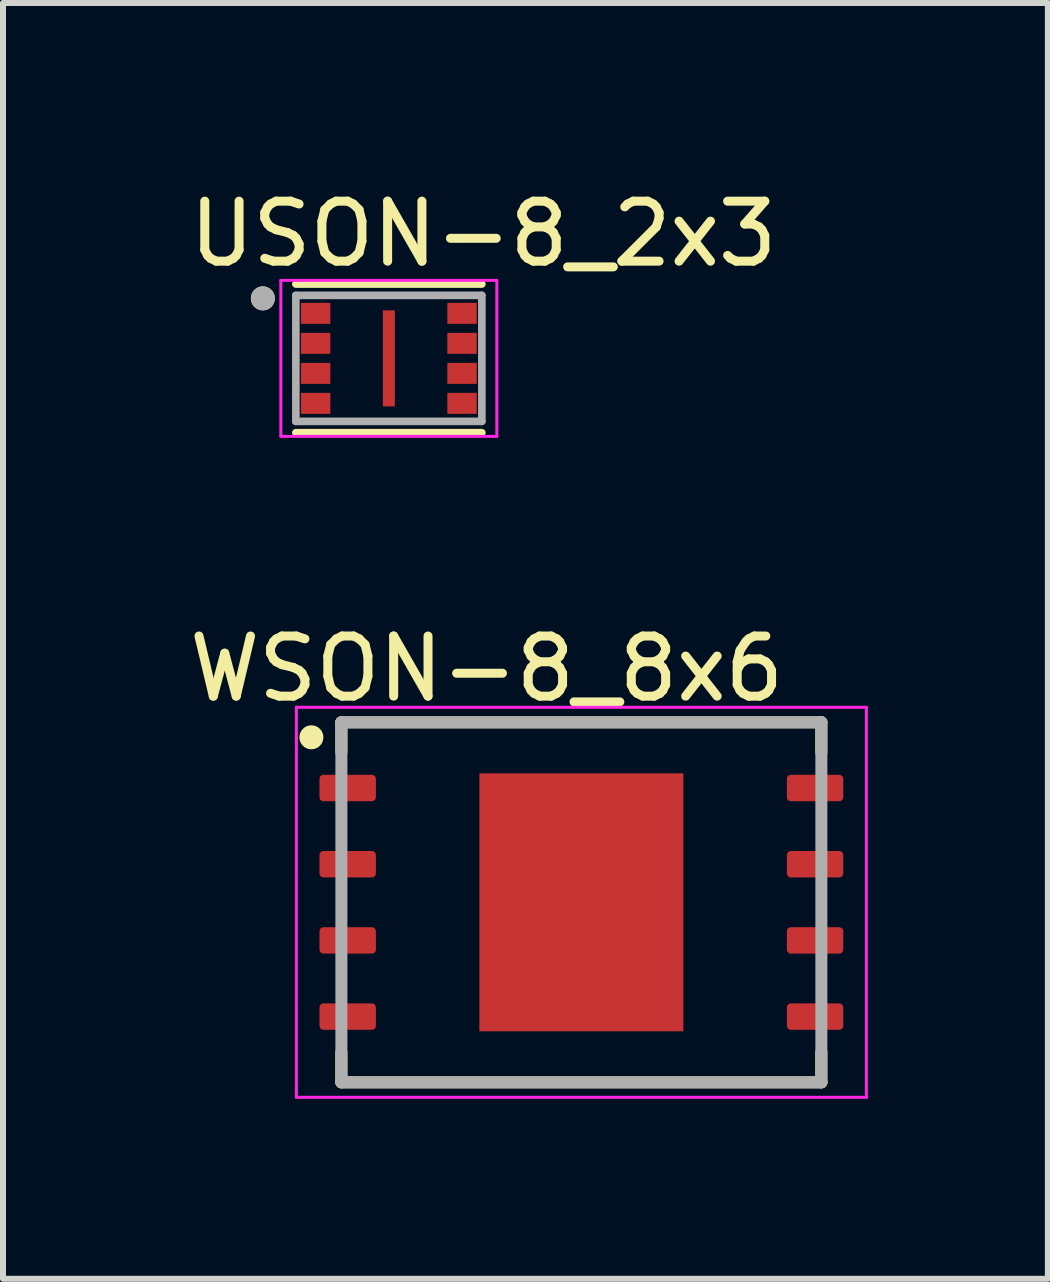
<source format=kicad_pcb>
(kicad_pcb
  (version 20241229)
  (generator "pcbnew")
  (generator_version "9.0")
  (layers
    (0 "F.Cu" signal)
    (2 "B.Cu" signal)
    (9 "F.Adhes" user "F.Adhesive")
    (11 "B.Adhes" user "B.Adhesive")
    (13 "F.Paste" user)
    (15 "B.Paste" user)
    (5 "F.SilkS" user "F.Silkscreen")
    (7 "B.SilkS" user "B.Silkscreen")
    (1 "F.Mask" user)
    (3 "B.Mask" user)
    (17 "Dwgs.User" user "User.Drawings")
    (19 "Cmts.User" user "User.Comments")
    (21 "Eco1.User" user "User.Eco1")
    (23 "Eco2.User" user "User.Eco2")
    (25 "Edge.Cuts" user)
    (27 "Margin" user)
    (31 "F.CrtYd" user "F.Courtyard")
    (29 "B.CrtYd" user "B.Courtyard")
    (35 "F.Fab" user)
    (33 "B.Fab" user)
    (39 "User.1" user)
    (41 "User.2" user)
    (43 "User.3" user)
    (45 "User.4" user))
  (footprint "USON-8_2x3"
    (layer "F.Cu")
    (at 3.431 2.923)
    (property "Reference" "USON-8_2x3" (at 1.575 -2.075 0) (layer "F.SilkS") (effects (font (size 1 1) (thickness 0.15))))
    (attr through_hole)
    (fp_line (start -1.55 -1.239) (end 1.55 -1.239) (stroke (width 0.127) (type solid)) (layer "F.SilkS"))
    (fp_line (start -1.55 1.239) (end 1.55 1.239) (stroke (width 0.127) (type solid)) (layer "F.SilkS"))
    (fp_circle (center -2.1 -1) (end -2 -1) (stroke (width 0.2) (type solid)) (fill no) (layer "F.SilkS"))
    (fp_line (start -1.8 -1.3) (end 1.8 -1.3) (stroke (width 0.05) (type solid)) (layer "F.CrtYd"))
    (fp_line (start -1.8 1.3) (end -1.8 -1.3) (stroke (width 0.05) (type solid)) (layer "F.CrtYd"))
    (fp_line (start 1.8 -1.3) (end 1.8 1.3) (stroke (width 0.05) (type solid)) (layer "F.CrtYd"))
    (fp_line (start 1.8 1.3) (end -1.8 1.3) (stroke (width 0.05) (type solid)) (layer "F.CrtYd"))
    (fp_line (start -1.55 -1.05) (end 1.55 -1.05) (stroke (width 0.127) (type solid)) (layer "F.Fab"))
    (fp_line (start -1.55 1.05) (end -1.55 -1.05) (stroke (width 0.127) (type solid)) (layer "F.Fab"))
    (fp_line (start 1.55 -1.05) (end 1.55 1.05) (stroke (width 0.127) (type solid)) (layer "F.Fab"))
    (fp_line (start 1.55 1.05) (end -1.55 1.05) (stroke (width 0.127) (type solid)) (layer "F.Fab"))
    (fp_circle (center -2.1 -1) (end -2 -1) (stroke (width 0.2) (type solid)) (fill no) (layer "F.Fab"))
    (pad "1" smd rect (at -1.22 -0.75) (size 0.49 0.35) (layers "F.Cu" "F.Mask" "F.Paste"))
    (pad "2" smd rect (at -1.22 -0.25) (size 0.49 0.35) (layers "F.Cu" "F.Mask" "F.Paste"))
    (pad "3" smd rect (at -1.22 0.25) (size 0.49 0.35) (layers "F.Cu" "F.Mask" "F.Paste"))
    (pad "4" smd rect (at -1.22 0.75) (size 0.49 0.35) (layers "F.Cu" "F.Mask" "F.Paste"))
    (pad "5" smd rect (at 1.22 0.75 180) (size 0.49 0.35) (layers "F.Cu" "F.Mask" "F.Paste"))
    (pad "6" smd rect (at 1.22 0.25 180) (size 0.49 0.35) (layers "F.Cu" "F.Mask" "F.Paste"))
    (pad "7" smd rect (at 1.22 -0.25 180) (size 0.49 0.35) (layers "F.Cu" "F.Mask" "F.Paste"))
    (pad "8" smd rect (at 1.22 -0.75 180) (size 0.49 0.35) (layers "F.Cu" "F.Mask" "F.Paste"))
    (pad "9" smd rect (at 0 0) (size 0.2 1.6) (layers "F.Cu" "F.Mask" "F.Paste")))
  (footprint "WSON-8_8x6"
    (layer "F.Cu")
    (at 6.64 11.989)
    (property "Reference" "WSON-8_8x6" (at -1.578 -3.892 0) (layer "F.SilkS") (effects (font (size 1.002 1.002) (thickness 0.15))))
    (attr through_hole)
    (fp_line (start -4 -3) (end 4 -3) (stroke (width 0.2) (type solid)) (layer "F.SilkS"))
    (fp_line (start -4 -2.5) (end -4 -3) (stroke (width 0.2) (type solid)) (layer "F.SilkS"))
    (fp_line (start -4 2.5) (end -4 3) (stroke (width 0.2) (type solid)) (layer "F.SilkS"))
    (fp_line (start -4 3) (end 4 3) (stroke (width 0.2) (type solid)) (layer "F.SilkS"))
    (fp_line (start 4 -3) (end 4 -2.5) (stroke (width 0.2) (type solid)) (layer "F.SilkS"))
    (fp_line (start 4 3) (end 4 2.5) (stroke (width 0.2) (type solid)) (layer "F.SilkS"))
    (fp_circle (center -4.5 -2.75) (end -4.4 -2.75) (stroke (width 0.2) (type solid)) (fill no) (layer "F.SilkS"))
    (fp_poly (pts (xy -1.076 -1.35) (xy 1.075 -1.35) (xy 1.075 1.351) (xy -1.076 1.351)) (stroke (width 0.01) (type solid)) (fill yes) (layer "F.Paste"))
    (fp_line (start -4.75 -3.25) (end 4.75 -3.25) (stroke (width 0.05) (type solid)) (layer "F.CrtYd"))
    (fp_line (start -4.75 3.25) (end -4.75 -3.25) (stroke (width 0.05) (type solid)) (layer "F.CrtYd"))
    (fp_line (start 4.75 -3.25) (end 4.75 3.25) (stroke (width 0.05) (type solid)) (layer "F.CrtYd"))
    (fp_line (start 4.75 3.25) (end -4.75 3.25) (stroke (width 0.05) (type solid)) (layer "F.CrtYd"))
    (fp_line (start -4 -3) (end 4 -3) (stroke (width 0.2) (type solid)) (layer "F.Fab"))
    (fp_line (start -4 3) (end -4 -3) (stroke (width 0.2) (type solid)) (layer "F.Fab"))
    (fp_line (start 4 -3) (end 4 3) (stroke (width 0.2) (type solid)) (layer "F.Fab"))
    (fp_line (start 4 3) (end -4 3) (stroke (width 0.2) (type solid)) (layer "F.Fab"))
    (pad "1" smd roundrect (at -3.895 -1.905) (size 0.94 0.44) (layers "F.Cu" "F.Mask" "F.Paste") (roundrect_rratio 0.15))
    (pad "2" smd roundrect (at -3.895 -0.635) (size 0.94 0.44) (layers "F.Cu" "F.Mask" "F.Paste") (roundrect_rratio 0.15))
    (pad "3" smd roundrect (at -3.895 0.635) (size 0.94 0.44) (layers "F.Cu" "F.Mask" "F.Paste") (roundrect_rratio 0.15))
    (pad "4" smd roundrect (at -3.895 1.905) (size 0.94 0.44) (layers "F.Cu" "F.Mask" "F.Paste") (roundrect_rratio 0.15))
    (pad "5" smd roundrect (at 3.895 1.905) (size 0.94 0.44) (layers "F.Cu" "F.Mask" "F.Paste") (roundrect_rratio 0.15))
    (pad "6" smd roundrect (at 3.895 0.635) (size 0.94 0.44) (layers "F.Cu" "F.Mask" "F.Paste") (roundrect_rratio 0.15))
    (pad "7" smd roundrect (at 3.895 -0.635) (size 0.94 0.44) (layers "F.Cu" "F.Mask" "F.Paste") (roundrect_rratio 0.15))
    (pad "8" smd roundrect (at 3.895 -1.905) (size 0.94 0.44) (layers "F.Cu" "F.Mask" "F.Paste") (roundrect_rratio 0.15))
    (pad "9" smd rect (at 0 0) (size 3.4 4.3) (layers "F.Cu" "F.Mask")))
  (gr_rect
    (start -3 -3)
    (end 14.415 18.264)
    (stroke (width 0.1) (type default))
    (fill no)
    (layer "Edge.Cuts")))
</source>
